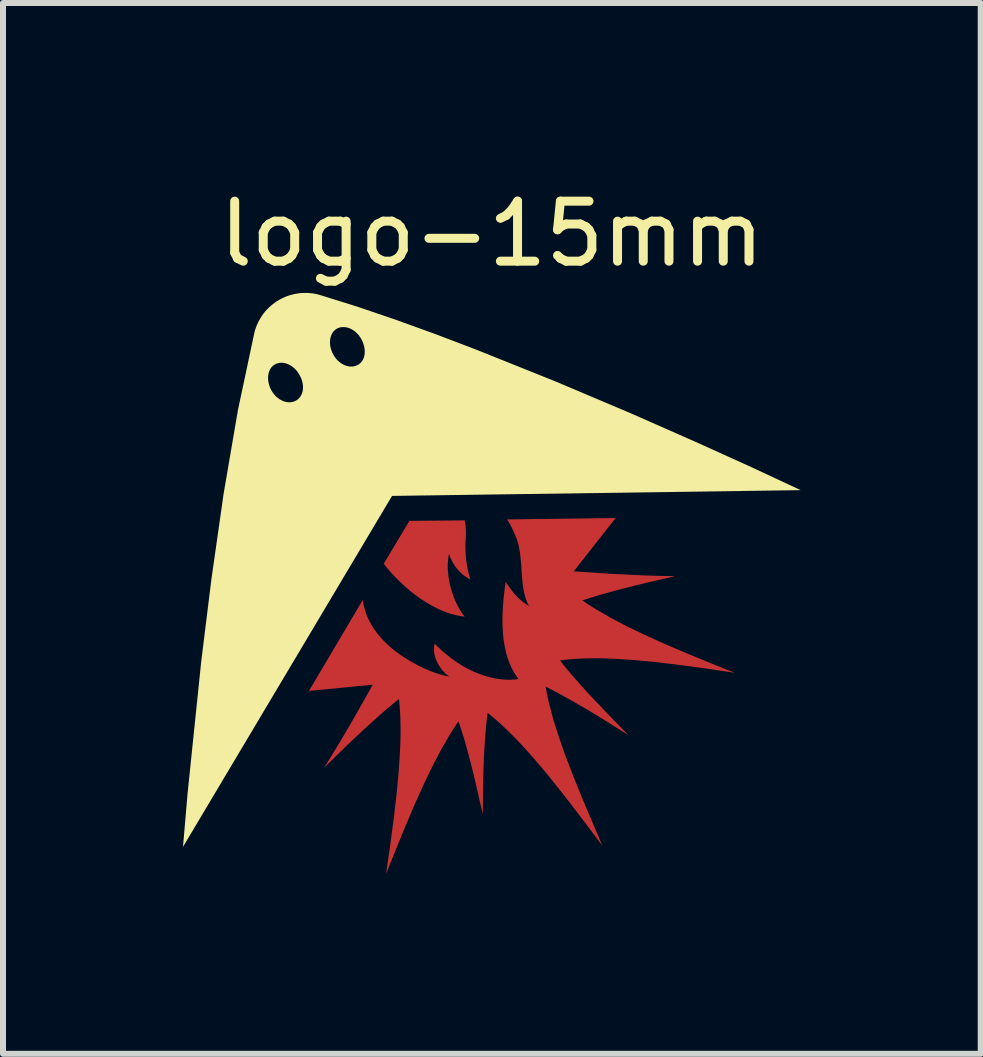
<source format=kicad_pcb>
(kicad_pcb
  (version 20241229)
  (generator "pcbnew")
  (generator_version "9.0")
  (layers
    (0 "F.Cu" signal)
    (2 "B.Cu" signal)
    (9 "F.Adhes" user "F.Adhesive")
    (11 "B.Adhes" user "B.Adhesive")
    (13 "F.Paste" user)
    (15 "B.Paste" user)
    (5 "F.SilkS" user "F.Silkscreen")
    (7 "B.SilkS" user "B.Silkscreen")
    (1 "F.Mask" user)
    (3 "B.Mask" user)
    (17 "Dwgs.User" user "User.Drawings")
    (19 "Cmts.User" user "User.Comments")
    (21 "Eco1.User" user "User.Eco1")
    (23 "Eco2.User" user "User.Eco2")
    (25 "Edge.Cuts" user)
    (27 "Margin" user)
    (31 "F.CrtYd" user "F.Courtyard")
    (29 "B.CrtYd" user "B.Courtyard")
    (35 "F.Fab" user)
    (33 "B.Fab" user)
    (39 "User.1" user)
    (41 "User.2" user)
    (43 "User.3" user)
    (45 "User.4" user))
  (footprint "logo-15mm"
    (layer "F.Cu")
    (at 5.147 6.448)
    (property "Reference" "logo-15mm" (at 0 -5.6 0) (unlocked yes) (layer "F.SilkS") (effects (font (size 1 1) (thickness 0.15))))
    (attr smd)
    (fp_poly (pts (xy -0.448 -0.804) (xy -0.445 -0.784) (xy -0.442 -0.763) (xy -0.439 -0.743) (xy -0.437 -0.723) (xy -0.435 -0.702) (xy -0.433 -0.662) (xy -0.432 -0.622) (xy -0.432 -0.582) (xy -0.434 -0.541) (xy -0.437 -0.5) (xy -0.438 -0.465) (xy -0.44 -0.431) (xy -0.44 -0.397) (xy -0.44 -0.364) (xy -0.438 -0.3) (xy -0.434 -0.239) (xy -0.429 -0.181) (xy -0.422 -0.127) (xy -0.414 -0.077) (xy -0.406 -0.03) (xy -0.397 0.012) (xy -0.389 0.049) (xy -0.38 0.082) (xy -0.373 0.109) (xy -0.362 0.146) (xy -0.357 0.159) (xy -0.368 0.154) (xy -0.399 0.138) (xy -0.419 0.125) (xy -0.443 0.109) (xy -0.469 0.09) (xy -0.497 0.067) (xy -0.526 0.04) (xy -0.556 0.009) (xy -0.586 -0.026) (xy -0.615 -0.065) (xy -0.629 -0.086) (xy -0.643 -0.109) (xy -0.657 -0.133) (xy -0.669 -0.157) (xy -0.682 -0.184) (xy -0.693 -0.211) (xy -0.704 -0.239) (xy -0.714 -0.269) (xy -0.722 -0.229) (xy -0.727 -0.189) (xy -0.731 -0.148) (xy -0.734 -0.107) (xy -0.735 -0.067) (xy -0.734 -0.026) (xy -0.732 0.014) (xy -0.729 0.054) (xy -0.72 0.133) (xy -0.706 0.211) (xy -0.688 0.286) (xy -0.667 0.359) (xy -0.643 0.428) (xy -0.618 0.494) (xy -0.591 0.555) (xy -0.563 0.611) (xy -0.534 0.662) (xy -0.506 0.708) (xy -0.479 0.746) (xy -0.452 0.778) (xy -0.499 0.773) (xy -0.547 0.765) (xy -0.594 0.755) (xy -0.641 0.744) (xy -0.688 0.73) (xy -0.736 0.715) (xy -0.83 0.679) (xy -0.923 0.636) (xy -1.015 0.588) (xy -1.106 0.534) (xy -1.196 0.475) (xy -1.283 0.412) (xy -1.367 0.345) (xy -1.449 0.275) (xy -1.527 0.202) (xy -1.602 0.128) (xy -1.673 0.052) (xy -1.74 -0.025) (xy -1.802 -0.103) (xy -1.373 -0.817) (xy -0.453 -0.825)) (stroke (width 0) (type solid)) (fill yes) (layer "F.Cu"))
    (fp_poly (pts (xy 1.365 0.024) (xy 1.949 0.064) (xy 2.497 0.091) (xy 2.783 0.1) (xy 3.056 0.104) (xy 2.603 0.208) (xy 2.394 0.259) (xy 2.196 0.309) (xy 2.008 0.359) (xy 1.831 0.408) (xy 1.665 0.458) (xy 1.508 0.509) (xy 1.615 0.581) (xy 1.729 0.653) (xy 1.976 0.796) (xy 2.25 0.94) (xy 2.552 1.085) (xy 2.882 1.234) (xy 3.24 1.387) (xy 3.629 1.547) (xy 4.048 1.715) (xy 3.58 1.645) (xy 3.145 1.586) (xy 2.742 1.537) (xy 2.368 1.502) (xy 2.023 1.48) (xy 1.86 1.474) (xy 1.703 1.473) (xy 1.552 1.475) (xy 1.408 1.482) (xy 1.269 1.493) (xy 1.135 1.509) (xy 1.244 1.645) (xy 1.363 1.785) (xy 1.491 1.93) (xy 1.629 2.081) (xy 1.777 2.238) (xy 1.934 2.403) (xy 2.278 2.755) (xy 2.077 2.628) (xy 1.885 2.508) (xy 1.701 2.395) (xy 1.525 2.291) (xy 1.357 2.193) (xy 1.196 2.103) (xy 1.043 2.02) (xy 0.897 1.945) (xy 0.92 2.074) (xy 0.949 2.206) (xy 1.022 2.483) (xy 1.115 2.779) (xy 1.226 3.095) (xy 1.356 3.433) (xy 1.502 3.795) (xy 1.841 4.596) (xy 1.556 4.216) (xy 1.289 3.866) (xy 1.037 3.547) (xy 0.917 3.398) (xy 0.799 3.257) (xy 0.683 3.123) (xy 0.571 2.996) (xy 0.46 2.876) (xy 0.351 2.764) (xy 0.244 2.658) (xy 0.138 2.559) (xy 0.033 2.467) (xy -0.071 2.382) (xy -0.091 2.553) (xy -0.107 2.735) (xy -0.121 2.928) (xy -0.132 3.132) (xy -0.14 3.348) (xy -0.146 3.576) (xy -0.151 4.072) (xy -0.254 3.62) (xy -0.304 3.41) (xy -0.353 3.212) (xy -0.402 3.025) (xy -0.452 2.848) (xy -0.503 2.681) (xy -0.556 2.525) (xy -0.628 2.632) (xy -0.7 2.746) (xy -0.844 2.993) (xy -0.987 3.267) (xy -1.132 3.568) (xy -1.281 3.898) (xy -1.434 4.257) (xy -1.594 4.646) (xy -1.762 5.065) (xy -1.695 4.597) (xy -1.637 4.162) (xy -1.59 3.759) (xy -1.554 3.385) (xy -1.531 3.039) (xy -1.524 2.876) (xy -1.521 2.719) (xy -1.522 2.569) (xy -1.526 2.424) (xy -1.535 2.285) (xy -1.548 2.152) (xy -1.681 2.26) (xy -1.82 2.378) (xy -1.964 2.506) (xy -2.114 2.643) (xy -2.272 2.79) (xy -2.437 2.947) (xy -2.794 3.295) (xy -2.659 3.078) (xy -2.52 2.848) (xy -2.384 2.617) (xy -2.258 2.399) (xy -1.984 1.913) (xy -3.048 2.017) (xy -2.151 0.501) (xy -2.138 0.578) (xy -2.119 0.653) (xy -2.096 0.726) (xy -2.068 0.796) (xy -2.035 0.863) (xy -1.999 0.928) (xy -1.959 0.991) (xy -1.915 1.051) (xy -1.869 1.108) (xy -1.82 1.163) (xy -1.768 1.216) (xy -1.714 1.266) (xy -1.659 1.314) (xy -1.602 1.36) (xy -1.485 1.443) (xy -1.367 1.517) (xy -1.249 1.582) (xy -1.135 1.638) (xy -1.027 1.684) (xy -0.928 1.721) (xy -0.839 1.749) (xy -0.765 1.768) (xy -0.707 1.779) (xy -0.736 1.758) (xy -0.765 1.734) (xy -0.793 1.707) (xy -0.82 1.677) (xy -0.845 1.646) (xy -0.869 1.612) (xy -0.89 1.577) (xy -0.91 1.54) (xy -0.927 1.503) (xy -0.941 1.464) (xy -0.952 1.425) (xy -0.96 1.386) (xy -0.962 1.366) (xy -0.964 1.346) (xy -0.965 1.327) (xy -0.964 1.307) (xy -0.963 1.288) (xy -0.961 1.269) (xy -0.957 1.25) (xy -0.953 1.231) (xy -0.884 1.297) (xy -0.817 1.359) (xy -0.749 1.416) (xy -0.683 1.468) (xy -0.617 1.516) (xy -0.552 1.559) (xy -0.489 1.599) (xy -0.426 1.634) (xy -0.365 1.666) (xy -0.305 1.694) (xy -0.247 1.719) (xy -0.19 1.741) (xy -0.134 1.76) (xy -0.081 1.776) (xy -0.03 1.79) (xy 0.02 1.801) (xy 0.067 1.811) (xy 0.112 1.818) (xy 0.195 1.827) (xy 0.268 1.831) (xy 0.329 1.83) (xy 0.378 1.827) (xy 0.414 1.823) (xy 0.444 1.818) (xy 0.415 1.779) (xy 0.388 1.738) (xy 0.339 1.652) (xy 0.297 1.562) (xy 0.262 1.467) (xy 0.235 1.368) (xy 0.213 1.267) (xy 0.196 1.163) (xy 0.185 1.056) (xy 0.179 0.948) (xy 0.177 0.84) (xy 0.179 0.731) (xy 0.184 0.622) (xy 0.193 0.513) (xy 0.203 0.407) (xy 0.23 0.199) (xy 0.273 0.262) (xy 0.314 0.319) (xy 0.335 0.346) (xy 0.355 0.372) (xy 0.376 0.398) (xy 0.398 0.422) (xy 0.42 0.446) (xy 0.444 0.469) (xy 0.468 0.492) (xy 0.495 0.515) (xy 0.523 0.537) (xy 0.553 0.559) (xy 0.585 0.582) (xy 0.619 0.604) (xy 0.589 0.54) (xy 0.565 0.476) (xy 0.546 0.409) (xy 0.531 0.342) (xy 0.52 0.274) (xy 0.511 0.204) (xy 0.499 0.064) (xy 0.49 -0.078) (xy 0.477 -0.22) (xy 0.468 -0.291) (xy 0.456 -0.361) (xy 0.441 -0.431) (xy 0.421 -0.5) (xy 0.4 -0.551) (xy 0.38 -0.6) (xy 0.36 -0.645) (xy 0.34 -0.688) (xy 0.32 -0.729) (xy 0.299 -0.767) (xy 0.277 -0.805) (xy 0.266 -0.823) (xy 0.254 -0.841) (xy 2.064 -0.865)) (stroke (width 0) (type solid)) (fill yes) (layer "F.Cu"))
    (fp_poly (pts (xy -0.467 -0.808) (xy -0.464 -0.787) (xy -0.461 -0.767) (xy -0.458 -0.747) (xy -0.456 -0.726) (xy -0.454 -0.706) (xy -0.452 -0.666) (xy -0.451 -0.626) (xy -0.451 -0.585) (xy -0.453 -0.545) (xy -0.456 -0.503) (xy -0.458 -0.469) (xy -0.459 -0.434) (xy -0.459 -0.401) (xy -0.459 -0.368) (xy -0.457 -0.304) (xy -0.453 -0.243) (xy -0.448 -0.185) (xy -0.441 -0.131) (xy -0.433 -0.08) (xy -0.425 -0.034) (xy -0.416 0.008) (xy -0.408 0.045) (xy -0.4 0.078) (xy -0.392 0.105) (xy -0.381 0.142) (xy -0.376 0.155) (xy -0.387 0.15) (xy -0.418 0.134) (xy -0.438 0.122) (xy -0.462 0.106) (xy -0.488 0.086) (xy -0.516 0.063) (xy -0.545 0.036) (xy -0.575 0.006) (xy -0.605 -0.03) (xy -0.634 -0.069) (xy -0.648 -0.09) (xy -0.662 -0.113) (xy -0.676 -0.136) (xy -0.689 -0.161) (xy -0.701 -0.187) (xy -0.712 -0.215) (xy -0.723 -0.243) (xy -0.734 -0.273) (xy -0.741 -0.233) (xy -0.746 -0.192) (xy -0.75 -0.152) (xy -0.753 -0.111) (xy -0.754 -0.071) (xy -0.753 -0.03) (xy -0.751 0.01) (xy -0.748 0.05) (xy -0.739 0.129) (xy -0.725 0.207) (xy -0.707 0.282) (xy -0.686 0.355) (xy -0.662 0.424) (xy -0.637 0.49) (xy -0.61 0.551) (xy -0.582 0.608) (xy -0.553 0.659) (xy -0.525 0.704) (xy -0.498 0.743) (xy -0.472 0.775) (xy -0.519 0.769) (xy -0.566 0.761) (xy -0.613 0.752) (xy -0.66 0.74) (xy -0.707 0.726) (xy -0.755 0.711) (xy -0.849 0.675) (xy -0.942 0.632) (xy -1.035 0.584) (xy -1.126 0.53) (xy -1.215 0.471) (xy -1.302 0.408) (xy -1.386 0.341) (xy -1.468 0.271) (xy -1.546 0.199) (xy -1.621 0.124) (xy -1.692 0.048) (xy -1.759 -0.029) (xy -1.821 -0.106) (xy -1.392 -0.821) (xy -0.472 -0.829)) (stroke (width 0) (type solid)) (fill yes) (layer "F.Mask"))
    (fp_poly (pts (xy 1.346 0.021) (xy 1.93 0.06) (xy 2.478 0.088) (xy 2.764 0.097) (xy 3.037 0.1) (xy 2.584 0.204) (xy 2.375 0.255) (xy 2.177 0.305) (xy 1.989 0.355) (xy 1.812 0.405) (xy 1.646 0.454) (xy 1.489 0.505) (xy 1.596 0.577) (xy 1.71 0.649) (xy 1.957 0.793) (xy 2.231 0.936) (xy 2.533 1.081) (xy 2.863 1.23) (xy 3.221 1.383) (xy 3.61 1.543) (xy 4.029 1.711) (xy 3.561 1.642) (xy 3.126 1.582) (xy 2.723 1.534) (xy 2.349 1.498) (xy 2.003 1.476) (xy 1.84 1.471) (xy 1.684 1.469) (xy 1.533 1.472) (xy 1.389 1.478) (xy 1.25 1.489) (xy 1.116 1.505) (xy 1.225 1.641) (xy 1.344 1.781) (xy 1.472 1.926) (xy 1.61 2.077) (xy 1.758 2.235) (xy 1.915 2.399) (xy 2.259 2.751) (xy 2.058 2.624) (xy 1.866 2.504) (xy 1.682 2.392) (xy 1.506 2.287) (xy 1.338 2.189) (xy 1.177 2.099) (xy 1.024 2.017) (xy 0.878 1.941) (xy 0.901 2.07) (xy 0.93 2.202) (xy 1.003 2.48) (xy 1.096 2.775) (xy 1.207 3.091) (xy 1.337 3.429) (xy 1.483 3.791) (xy 1.822 4.593) (xy 1.537 4.212) (xy 1.27 3.863) (xy 1.018 3.543) (xy 0.897 3.394) (xy 0.78 3.253) (xy 0.664 3.119) (xy 0.552 2.992) (xy 0.441 2.872) (xy 0.332 2.76) (xy 0.225 2.654) (xy 0.119 2.555) (xy 0.014 2.463) (xy -0.091 2.378) (xy -0.11 2.55) (xy -0.126 2.731) (xy -0.14 2.924) (xy -0.151 3.128) (xy -0.159 3.344) (xy -0.165 3.572) (xy -0.17 4.069) (xy -0.273 3.616) (xy -0.323 3.407) (xy -0.372 3.208) (xy -0.422 3.021) (xy -0.471 2.844) (xy -0.522 2.678) (xy -0.575 2.521) (xy -0.647 2.628) (xy -0.719 2.742) (xy -0.863 2.989) (xy -1.006 3.263) (xy -1.151 3.565) (xy -1.3 3.894) (xy -1.453 4.253) (xy -1.613 4.642) (xy -1.781 5.061) (xy -1.714 4.593) (xy -1.656 4.158) (xy -1.609 3.755) (xy -1.573 3.381) (xy -1.55 3.035) (xy -1.543 2.872) (xy -1.54 2.716) (xy -1.541 2.565) (xy -1.546 2.42) (xy -1.554 2.281) (xy -1.567 2.148) (xy -1.7 2.257) (xy -1.839 2.374) (xy -1.983 2.502) (xy -2.133 2.639) (xy -2.291 2.786) (xy -2.457 2.944) (xy -2.813 3.291) (xy -2.678 3.074) (xy -2.539 2.844) (xy -2.403 2.613) (xy -2.277 2.395) (xy -2.003 1.91) (xy -3.067 2.013) (xy -2.17 0.497) (xy -2.157 0.574) (xy -2.139 0.649) (xy -2.115 0.722) (xy -2.087 0.792) (xy -2.055 0.859) (xy -2.018 0.924) (xy -1.978 0.987) (xy -1.934 1.047) (xy -1.888 1.105) (xy -1.839 1.16) (xy -1.787 1.212) (xy -1.733 1.263) (xy -1.678 1.31) (xy -1.621 1.356) (xy -1.504 1.439) (xy -1.386 1.514) (xy -1.268 1.578) (xy -1.154 1.634) (xy -1.046 1.68) (xy -0.947 1.717) (xy -0.858 1.745) (xy -0.784 1.764) (xy -0.726 1.775) (xy -0.755 1.754) (xy -0.784 1.73) (xy -0.812 1.703) (xy -0.839 1.674) (xy -0.864 1.642) (xy -0.888 1.608) (xy -0.91 1.573) (xy -0.929 1.537) (xy -0.946 1.499) (xy -0.96 1.46) (xy -0.971 1.421) (xy -0.979 1.382) (xy -0.982 1.362) (xy -0.983 1.342) (xy -0.984 1.323) (xy -0.984 1.303) (xy -0.982 1.284) (xy -0.98 1.265) (xy -0.976 1.246) (xy -0.972 1.227) (xy -0.903 1.294) (xy -0.836 1.355) (xy -0.768 1.412) (xy -0.702 1.464) (xy -0.636 1.512) (xy -0.572 1.555) (xy -0.508 1.595) (xy -0.445 1.63) (xy -0.384 1.662) (xy -0.324 1.69) (xy -0.266 1.715) (xy -0.209 1.737) (xy -0.154 1.756) (xy -0.1 1.773) (xy -0.049 1.786) (xy 0.001 1.798) (xy 0.048 1.807) (xy 0.093 1.814) (xy 0.176 1.823) (xy 0.248 1.827) (xy 0.31 1.826) (xy 0.359 1.823) (xy 0.395 1.819) (xy 0.425 1.814) (xy 0.396 1.775) (xy 0.368 1.734) (xy 0.319 1.648) (xy 0.278 1.558) (xy 0.243 1.463) (xy 0.215 1.365) (xy 0.194 1.263) (xy 0.177 1.159) (xy 0.166 1.052) (xy 0.16 0.945) (xy 0.158 0.836) (xy 0.16 0.727) (xy 0.165 0.618) (xy 0.173 0.51) (xy 0.184 0.403) (xy 0.211 0.195) (xy 0.254 0.258) (xy 0.295 0.315) (xy 0.316 0.342) (xy 0.336 0.369) (xy 0.357 0.394) (xy 0.379 0.418) (xy 0.401 0.442) (xy 0.425 0.466) (xy 0.449 0.489) (xy 0.476 0.511) (xy 0.504 0.533) (xy 0.533 0.556) (xy 0.566 0.578) (xy 0.6 0.6) (xy 0.57 0.537) (xy 0.546 0.472) (xy 0.527 0.406) (xy 0.512 0.338) (xy 0.501 0.27) (xy 0.492 0.201) (xy 0.48 0.06) (xy 0.471 -0.082) (xy 0.458 -0.224) (xy 0.449 -0.294) (xy 0.437 -0.365) (xy 0.421 -0.434) (xy 0.402 -0.503) (xy 0.381 -0.555) (xy 0.361 -0.604) (xy 0.341 -0.649) (xy 0.321 -0.692) (xy 0.301 -0.732) (xy 0.28 -0.771) (xy 0.258 -0.808) (xy 0.247 -0.827) (xy 0.235 -0.845) (xy 2.045 -0.868)) (stroke (width 0) (type solid)) (fill yes) (layer "F.Mask"))
    (fp_poly (pts (xy -3.048 -4.614) (xy -3.003 -4.61) (xy -2.959 -4.604) (xy -2.914 -4.595) (xy -2.869 -4.583) (xy -2.257 -4.392) (xy -1.616 -4.174) (xy -0.954 -3.935) (xy -0.281 -3.679) (xy 1.059 -3.142) (xy 2.327 -2.605) (xy 3.446 -2.111) (xy 4.34 -1.706) (xy 5.147 -1.329) (xy -1.663 -1.233) (xy -5.147 4.616) (xy -5.071 3.728) (xy -4.844 1.533) (xy -4.675 0.166) (xy -4.471 -1.264) (xy -4.231 -2.667) (xy -4.115 -3.211) (xy -3.729 -3.211) (xy -3.729 -3.18) (xy -3.726 -3.148) (xy -3.72 -3.116) (xy -3.712 -3.084) (xy -3.701 -3.051) (xy -3.688 -3.019) (xy -3.671 -2.988) (xy -3.662 -2.972) (xy -3.652 -2.958) (xy -3.642 -2.943) (xy -3.632 -2.93) (xy -3.621 -2.917) (xy -3.609 -2.904) (xy -3.598 -2.892) (xy -3.586 -2.881) (xy -3.573 -2.871) (xy -3.561 -2.861) (xy -3.548 -2.851) (xy -3.535 -2.843) (xy -3.521 -2.835) (xy -3.508 -2.828) (xy -3.494 -2.821) (xy -3.481 -2.815) (xy -3.467 -2.81) (xy -3.453 -2.805) (xy -3.439 -2.801) (xy -3.425 -2.798) (xy -3.411 -2.796) (xy -3.397 -2.794) (xy -3.383 -2.794) (xy -3.37 -2.793) (xy -3.356 -2.794) (xy -3.343 -2.796) (xy -3.329 -2.798) (xy -3.316 -2.801) (xy -3.303 -2.805) (xy -3.291 -2.809) (xy -3.278 -2.815) (xy -3.266 -2.821) (xy -3.254 -2.828) (xy -3.242 -2.836) (xy -3.231 -2.844) (xy -3.221 -2.853) (xy -3.211 -2.863) (xy -3.202 -2.874) (xy -3.194 -2.884) (xy -3.186 -2.896) (xy -3.179 -2.908) (xy -3.173 -2.92) (xy -3.167 -2.933) (xy -3.162 -2.947) (xy -3.158 -2.96) (xy -3.154 -2.974) (xy -3.151 -2.989) (xy -3.149 -3.004) (xy -3.147 -3.034) (xy -3.147 -3.065) (xy -3.151 -3.097) (xy -3.157 -3.129) (xy -3.166 -3.161) (xy -3.178 -3.194) (xy -3.193 -3.226) (xy -3.211 -3.258) (xy -3.22 -3.273) (xy -3.23 -3.288) (xy -3.24 -3.302) (xy -3.25 -3.316) (xy -3.261 -3.329) (xy -3.273 -3.341) (xy -3.284 -3.353) (xy -3.296 -3.364) (xy -3.309 -3.375) (xy -3.321 -3.384) (xy -3.334 -3.394) (xy -3.347 -3.402) (xy -3.36 -3.41) (xy -3.374 -3.418) (xy -3.388 -3.424) (xy -3.401 -3.43) (xy -3.415 -3.435) (xy -3.429 -3.44) (xy -3.443 -3.444) (xy -3.457 -3.447) (xy -3.471 -3.449) (xy -3.485 -3.451) (xy -3.498 -3.452) (xy -3.512 -3.452) (xy -3.526 -3.451) (xy -3.539 -3.45) (xy -3.552 -3.447) (xy -3.566 -3.444) (xy -3.578 -3.441) (xy -3.591 -3.436) (xy -3.603 -3.431) (xy -3.616 -3.424) (xy -3.627 -3.417) (xy -3.638 -3.409) (xy -3.649 -3.401) (xy -3.658 -3.392) (xy -3.667 -3.382) (xy -3.676 -3.372) (xy -3.684 -3.361) (xy -3.691 -3.349) (xy -3.698 -3.337) (xy -3.704 -3.325) (xy -3.709 -3.312) (xy -3.714 -3.299) (xy -3.722 -3.271) (xy -3.727 -3.242) (xy -3.729 -3.211) (xy -4.115 -3.211) (xy -3.989 -3.807) (xy -2.697 -3.807) (xy -2.697 -3.776) (xy -2.694 -3.744) (xy -2.689 -3.711) (xy -2.68 -3.679) (xy -2.669 -3.647) (xy -2.656 -3.615) (xy -2.639 -3.583) (xy -2.63 -3.568) (xy -2.62 -3.553) (xy -2.61 -3.539) (xy -2.6 -3.525) (xy -2.589 -3.512) (xy -2.577 -3.5) (xy -2.566 -3.488) (xy -2.554 -3.477) (xy -2.541 -3.466) (xy -2.529 -3.456) (xy -2.516 -3.447) (xy -2.503 -3.438) (xy -2.489 -3.43) (xy -2.476 -3.423) (xy -2.462 -3.416) (xy -2.449 -3.41) (xy -2.435 -3.405) (xy -2.421 -3.401) (xy -2.407 -3.397) (xy -2.393 -3.394) (xy -2.379 -3.391) (xy -2.365 -3.39) (xy -2.352 -3.389) (xy -2.338 -3.389) (xy -2.324 -3.389) (xy -2.311 -3.391) (xy -2.297 -3.393) (xy -2.284 -3.396) (xy -2.271 -3.4) (xy -2.259 -3.405) (xy -2.246 -3.41) (xy -2.234 -3.416) (xy -2.222 -3.423) (xy -2.21 -3.431) (xy -2.2 -3.44) (xy -2.189 -3.449) (xy -2.18 -3.458) (xy -2.171 -3.469) (xy -2.163 -3.48) (xy -2.155 -3.491) (xy -2.149 -3.503) (xy -2.143 -3.516) (xy -2.137 -3.529) (xy -2.132 -3.542) (xy -2.128 -3.556) (xy -2.125 -3.57) (xy -2.12 -3.599) (xy -2.118 -3.629) (xy -2.119 -3.66) (xy -2.122 -3.692) (xy -2.128 -3.724) (xy -2.137 -3.757) (xy -2.148 -3.789) (xy -2.162 -3.821) (xy -2.179 -3.853) (xy -2.188 -3.868) (xy -2.198 -3.883) (xy -2.208 -3.897) (xy -2.218 -3.911) (xy -2.229 -3.924) (xy -2.241 -3.936) (xy -2.252 -3.948) (xy -2.264 -3.959) (xy -2.277 -3.97) (xy -2.289 -3.98) (xy -2.302 -3.989) (xy -2.315 -3.998) (xy -2.329 -4.006) (xy -2.342 -4.013) (xy -2.356 -4.02) (xy -2.369 -4.026) (xy -2.383 -4.031) (xy -2.397 -4.035) (xy -2.411 -4.039) (xy -2.425 -4.042) (xy -2.439 -4.045) (xy -2.453 -4.046) (xy -2.466 -4.047) (xy -2.48 -4.047) (xy -2.494 -4.046) (xy -2.507 -4.045) (xy -2.521 -4.043) (xy -2.534 -4.04) (xy -2.547 -4.036) (xy -2.559 -4.031) (xy -2.572 -4.026) (xy -2.584 -4.02) (xy -2.595 -4.012) (xy -2.606 -4.005) (xy -2.617 -3.996) (xy -2.626 -3.987) (xy -2.636 -3.977) (xy -2.644 -3.967) (xy -2.652 -3.956) (xy -2.659 -3.945) (xy -2.666 -3.933) (xy -2.672 -3.92) (xy -2.677 -3.907) (xy -2.682 -3.894) (xy -2.69 -3.866) (xy -2.695 -3.837) (xy -2.697 -3.807) (xy -3.989 -3.807) (xy -3.957 -3.956) (xy -3.945 -4) (xy -3.93 -4.043) (xy -3.914 -4.085) (xy -3.895 -4.125) (xy -3.875 -4.164) (xy -3.853 -4.202) (xy -3.829 -4.239) (xy -3.804 -4.274) (xy -3.777 -4.308) (xy -3.748 -4.34) (xy -3.718 -4.37) (xy -3.686 -4.399) (xy -3.653 -4.427) (xy -3.619 -4.452) (xy -3.584 -4.477) (xy -3.547 -4.499) (xy -3.51 -4.519) (xy -3.471 -4.538) (xy -3.432 -4.555) (xy -3.391 -4.57) (xy -3.35 -4.582) (xy -3.309 -4.593) (xy -3.266 -4.602) (xy -3.223 -4.609) (xy -3.18 -4.614) (xy -3.136 -4.616) (xy -3.092 -4.616)) (stroke (width 0) (type solid)) (fill yes) (layer "F.SilkS")))
  (gr_rect
    (start -3 -3)
    (end 13.295 14.513)
    (stroke (width 0.1) (type default))
    (fill no)
    (layer "Edge.Cuts")))
</source>
